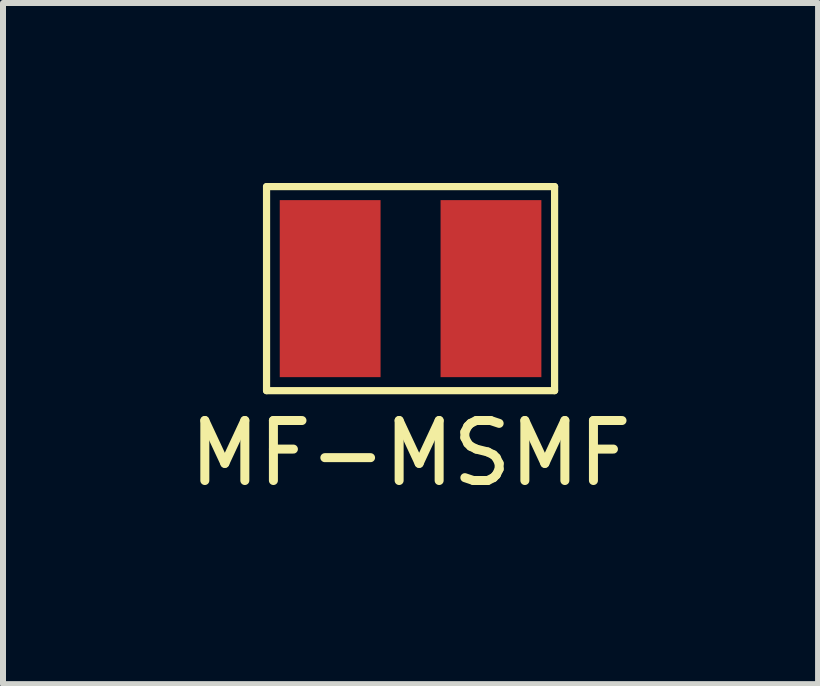
<source format=kicad_pcb>
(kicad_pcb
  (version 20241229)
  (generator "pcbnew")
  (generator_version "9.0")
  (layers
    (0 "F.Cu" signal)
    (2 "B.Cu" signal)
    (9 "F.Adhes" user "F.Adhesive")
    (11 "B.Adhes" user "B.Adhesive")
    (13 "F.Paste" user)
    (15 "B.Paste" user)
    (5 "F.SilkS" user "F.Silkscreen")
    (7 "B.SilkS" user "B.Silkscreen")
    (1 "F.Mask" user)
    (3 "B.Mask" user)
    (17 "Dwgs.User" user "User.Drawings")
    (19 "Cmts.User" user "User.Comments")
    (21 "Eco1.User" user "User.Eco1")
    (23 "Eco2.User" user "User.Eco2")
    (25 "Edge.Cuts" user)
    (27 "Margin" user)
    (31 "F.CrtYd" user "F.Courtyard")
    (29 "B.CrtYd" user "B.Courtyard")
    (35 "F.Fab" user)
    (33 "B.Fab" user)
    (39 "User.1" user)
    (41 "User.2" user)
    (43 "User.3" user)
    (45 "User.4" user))
  (footprint "MF-MSMF"
    (layer "F.Cu")
    (at 3.792 1.76)
    (property "Reference" "MF-MSMF" (at 0 2.743 0) (layer "F.SilkS") (effects (font (size 1 1) (thickness 0.15))))
    (attr through_hole)
    (fp_line (start -2.4 -1.7) (end 2.4 -1.7) (stroke (width 0.12) (type solid)) (layer "F.SilkS"))
    (fp_line (start -2.4 1.7) (end -2.4 -1.7) (stroke (width 0.12) (type solid)) (layer "F.SilkS"))
    (fp_line (start 2.4 -1.7) (end 2.4 1.7) (stroke (width 0.12) (type solid)) (layer "F.SilkS"))
    (fp_line (start 2.4 1.7) (end -2.4 1.7) (stroke (width 0.12) (type solid)) (layer "F.SilkS"))
    (pad "1" smd rect (at -1.34 0) (size 1.68 2.95) (layers "F.Cu" "F.Mask" "F.Paste"))
    (pad "2" smd rect (at 1.34 0) (size 1.68 2.95) (layers "F.Cu" "F.Mask" "F.Paste")))
  (gr_rect
    (start -3 -3)
    (end 10.583 8.351)
    (stroke (width 0.1) (type default))
    (fill no)
    (layer "Edge.Cuts")))
</source>
